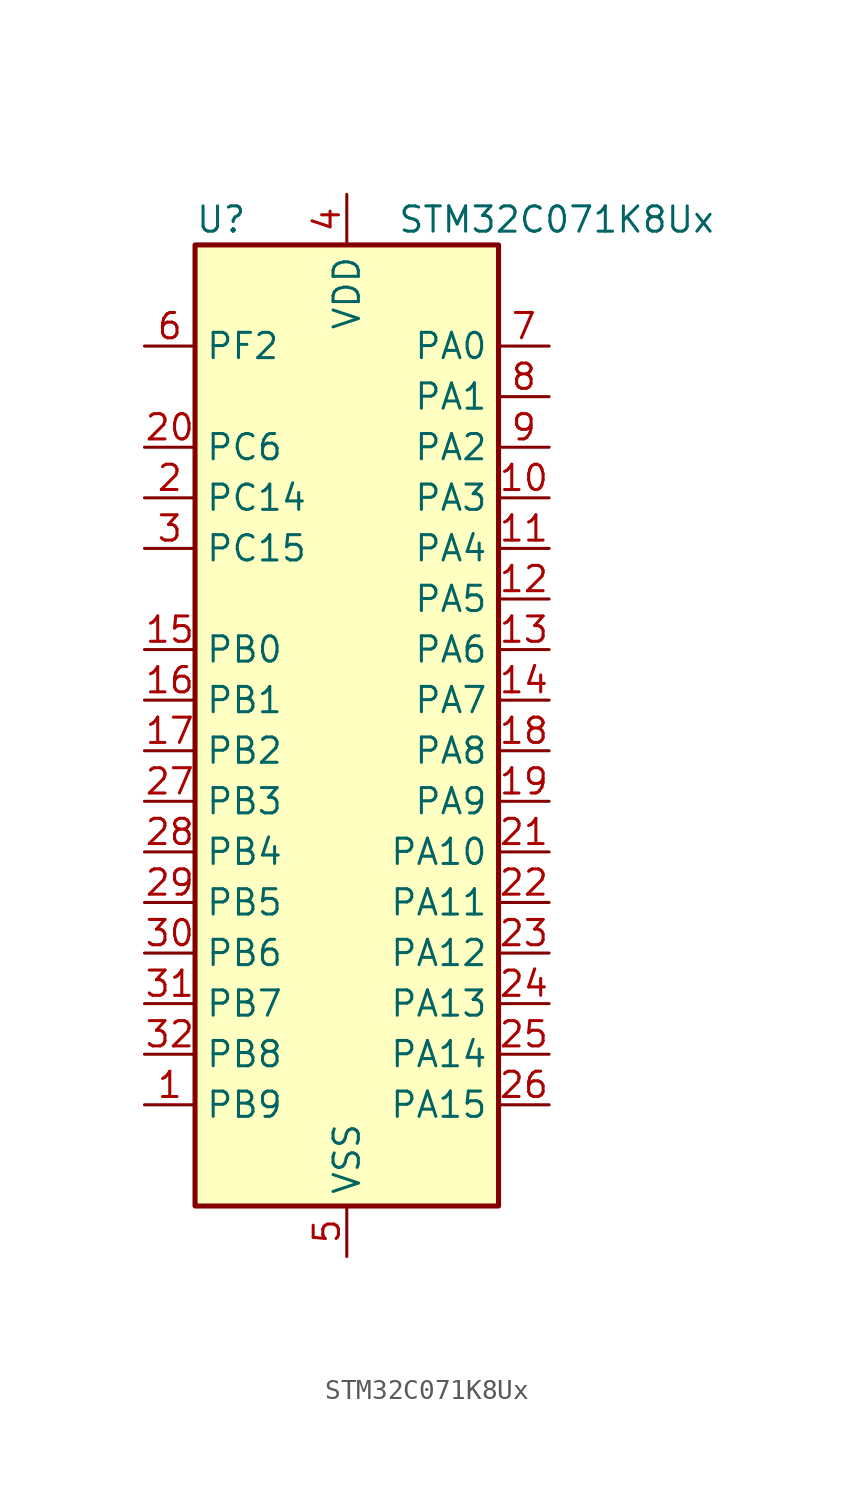
<source format=kicad_sym>
(kicad_symbol_lib
  (version 20241209)
  (generator "kicad_symbol_editor")
  (generator_version "9.0")
  (symbol "STM32C071K8Ux"
    (property "Reference" "U"
      (at -7.62 26.67 0)
      (effects (font (size 1.27 1.27)) (justify left)))
    (property "Value" "STM32C071K8Ux"
      (at 2.54 26.67 0)
      (effects (font (size 1.27 1.27)) (justify left)))
    (symbol "STM32C071K8Ux_0_1"
      (rectangle (start -7.62 -22.86) (end 7.62 25.4) (stroke (width 0.254) (type default)) (fill (type background))))
    (symbol "STM32C071K8Ux_1_1"
      (pin bidirectional line (at -10.16 20.32 0) (length 2.54) (name "PF2" (effects (font (size 1.27 1.27)))) (number "6" (effects (font (size 1.27 1.27)))) (alternate "RCC_MCO" bidirectional line) (alternate "TIM1_CH4" bidirectional line))
      (pin bidirectional line (at -10.16 15.24 0) (length 2.54) (name "PC6" (effects (font (size 1.27 1.27)))) (number "20" (effects (font (size 1.27 1.27)))) (alternate "TIM2_CH3" bidirectional line) (alternate "TIM3_CH1" bidirectional line))
      (pin bidirectional line (at -10.16 12.7 0) (length 2.54) (name "PC14" (effects (font (size 1.27 1.27)))) (number "2" (effects (font (size 1.27 1.27)))) (alternate "I2C1_SDA" bidirectional line) (alternate "IR_OUT" bidirectional line) (alternate "RCC_OSCX_IN" bidirectional line) (alternate "SPI2_NSS" bidirectional line) (alternate "TIM17_CH1" bidirectional line) (alternate "TIM1_BKIN2" bidirectional line) (alternate "TIM1_ETR" bidirectional line) (alternate "TIM3_CH2" bidirectional line) (alternate "USART1_TX" bidirectional line) (alternate "USART2_CK" bidirectional line) (alternate "USART2_DE" bidirectional line) (alternate "USART2_RTS" bidirectional line))
      (pin bidirectional line (at -10.16 10.16 0) (length 2.54) (name "PC15" (effects (font (size 1.27 1.27)))) (number "3" (effects (font (size 1.27 1.27)))) (alternate "RCC_OSC32_EN" bidirectional line) (alternate "RCC_OSCX_OUT" bidirectional line) (alternate "RCC_OSC_EN" bidirectional line) (alternate "TIM1_ETR" bidirectional line) (alternate "TIM3_CH3" bidirectional line))
      (pin bidirectional line (at -10.16 5.08 0) (length 2.54) (name "PB0" (effects (font (size 1.27 1.27)))) (number "15" (effects (font (size 1.27 1.27)))) (alternate "ADC1_IN17" bidirectional line) (alternate "I2S1_WS" bidirectional line) (alternate "SPI1_NSS" bidirectional line) (alternate "TIM1_CH2N" bidirectional line) (alternate "TIM3_CH3" bidirectional line))
      (pin bidirectional line (at -10.16 2.54 0) (length 2.54) (name "PB1" (effects (font (size 1.27 1.27)))) (number "16" (effects (font (size 1.27 1.27)))) (alternate "ADC1_IN18" bidirectional line) (alternate "TIM14_CH1" bidirectional line) (alternate "TIM1_CH2N" bidirectional line) (alternate "TIM1_CH3N" bidirectional line) (alternate "TIM3_CH4" bidirectional line))
      (pin bidirectional line (at -10.16 0 0) (length 2.54) (name "PB2" (effects (font (size 1.27 1.27)))) (number "17" (effects (font (size 1.27 1.27)))) (alternate "ADC1_IN19" bidirectional line) (alternate "RCC_MCO2" bidirectional line) (alternate "SPI2_MISO" bidirectional line) (alternate "USART1_RX" bidirectional line))
      (pin bidirectional line (at -10.16 -2.54 0) (length 2.54) (name "PB3" (effects (font (size 1.27 1.27)))) (number "27" (effects (font (size 1.27 1.27)))) (alternate "I2C2_SCL" bidirectional line) (alternate "I2S1_CK" bidirectional line) (alternate "SPI1_SCK" bidirectional line) (alternate "TIM1_CH2" bidirectional line) (alternate "TIM2_CH2" bidirectional line) (alternate "TIM3_CH2" bidirectional line) (alternate "USART1_CK" bidirectional line) (alternate "USART1_DE" bidirectional line) (alternate "USART1_RTS" bidirectional line))
      (pin bidirectional line (at -10.16 -5.08 0) (length 2.54) (name "PB4" (effects (font (size 1.27 1.27)))) (number "28" (effects (font (size 1.27 1.27)))) (alternate "I2C2_SDA" bidirectional line) (alternate "I2S1_MCK" bidirectional line) (alternate "SPI1_MISO" bidirectional line) (alternate "TIM17_BKIN" bidirectional line) (alternate "TIM3_CH1" bidirectional line) (alternate "USART1_CTS" bidirectional line) (alternate "USART1_NSS" bidirectional line))
      (pin bidirectional line (at -10.16 -7.62 0) (length 2.54) (name "PB5" (effects (font (size 1.27 1.27)))) (number "29" (effects (font (size 1.27 1.27)))) (alternate "I2C1_SMBA" bidirectional line) (alternate "I2S1_SD" bidirectional line) (alternate "PWR_WKUP6" bidirectional line) (alternate "SPI1_MOSI" bidirectional line) (alternate "TIM16_BKIN" bidirectional line) (alternate "TIM3_CH2" bidirectional line) (alternate "TIM3_CH3" bidirectional line))
      (pin bidirectional line (at -10.16 -10.16 0) (length 2.54) (name "PB6" (effects (font (size 1.27 1.27)))) (number "30" (effects (font (size 1.27 1.27)))) (alternate "I2C1_SCL" bidirectional line) (alternate "I2C1_SMBA" bidirectional line) (alternate "I2S1_CK" bidirectional line) (alternate "I2S1_MCK" bidirectional line) (alternate "I2S1_SD" bidirectional line) (alternate "PWR_WKUP3" bidirectional line) (alternate "SPI1_MISO" bidirectional line) (alternate "SPI1_MOSI" bidirectional line) (alternate "SPI1_SCK" bidirectional line) (alternate "SPI2_MISO" bidirectional line) (alternate "TIM16_BKIN" bidirectional line) (alternate "TIM16_CH1N" bidirectional line) (alternate "TIM17_BKIN" bidirectional line) (alternate "TIM1_CH2" bidirectional line) (alternate "TIM1_CH3" bidirectional line) (alternate "TIM3_CH1" bidirectional line) (alternate "TIM3_CH2" bidirectional line) (alternate "TIM3_CH3" bidirectional line) (alternate "USART1_CTS" bidirectional line) (alternate "USART1_NSS" bidirectional line) (alternate "USART1_TX" bidirectional line))
      (pin bidirectional line (at -10.16 -12.7 0) (length 2.54) (name "PB7" (effects (font (size 1.27 1.27)))) (number "31" (effects (font (size 1.27 1.27)))) (alternate "I2C1_SCL" bidirectional line) (alternate "I2C1_SDA" bidirectional line) (alternate "RTC_REFIN" bidirectional line) (alternate "SPI2_MOSI" bidirectional line) (alternate "TIM16_CH1" bidirectional line) (alternate "TIM17_CH1N" bidirectional line) (alternate "TIM1_CH4" bidirectional line) (alternate "TIM3_CH1" bidirectional line) (alternate "TIM3_CH4" bidirectional line) (alternate "USART1_RX" bidirectional line) (alternate "USART2_CTS" bidirectional line) (alternate "USART2_NSS" bidirectional line))
      (pin bidirectional line (at -10.16 -15.24 0) (length 2.54) (name "PB8" (effects (font (size 1.27 1.27)))) (number "32" (effects (font (size 1.27 1.27)))) (alternate "I2C1_SCL" bidirectional line) (alternate "SPI2_SCK" bidirectional line) (alternate "TIM16_CH1" bidirectional line) (alternate "TIM3_CH1" bidirectional line) (alternate "USART2_CTS" bidirectional line) (alternate "USART2_NSS" bidirectional line))
      (pin bidirectional line (at -10.16 -17.78 0) (length 2.54) (name "PB9" (effects (font (size 1.27 1.27)))) (number "1" (effects (font (size 1.27 1.27)))) (alternate "I2C1_SDA" bidirectional line) (alternate "IR_OUT" bidirectional line) (alternate "SPI2_NSS" bidirectional line) (alternate "TIM17_CH1" bidirectional line) (alternate "TIM3_CH2" bidirectional line) (alternate "USART2_CK" bidirectional line) (alternate "USART2_DE" bidirectional line) (alternate "USART2_RTS" bidirectional line))
      (pin power_in line (at 0 27.94 270) (length 2.54) (name "VDD" (effects (font (size 1.27 1.27)))) (number "4" (effects (font (size 1.27 1.27)))))
      (pin passive line (at 0 -25.4 90) (length 2.54) (hide yes) (name "VSS" (effects (font (size 1.27 1.27)))) (number "33" (effects (font (size 1.27 1.27)))))
      (pin power_in line (at 0 -25.4 90) (length 2.54) (name "VSS" (effects (font (size 1.27 1.27)))) (number "5" (effects (font (size 1.27 1.27)))))
      (pin bidirectional line (at 10.16 20.32 180) (length 2.54) (name "PA0" (effects (font (size 1.27 1.27)))) (number "7" (effects (font (size 1.27 1.27)))) (alternate "ADC1_IN0" bidirectional line) (alternate "PWR_WKUP1" bidirectional line) (alternate "SPI2_SCK" bidirectional line) (alternate "TIM16_CH1" bidirectional line) (alternate "TIM1_CH1" bidirectional line) (alternate "TIM2_CH1" bidirectional line) (alternate "TIM2_ETR" bidirectional line) (alternate "USART1_TX" bidirectional line) (alternate "USART2_CTS" bidirectional line) (alternate "USART2_NSS" bidirectional line))
      (pin bidirectional line (at 10.16 17.78 180) (length 2.54) (name "PA1" (effects (font (size 1.27 1.27)))) (number "8" (effects (font (size 1.27 1.27)))) (alternate "ADC1_IN1" bidirectional line) (alternate "I2C1_SMBA" bidirectional line) (alternate "I2S1_CK" bidirectional line) (alternate "SPI1_SCK" bidirectional line) (alternate "TIM17_CH1" bidirectional line) (alternate "TIM1_CH2" bidirectional line) (alternate "TIM2_CH2" bidirectional line) (alternate "USART1_RX" bidirectional line) (alternate "USART2_CK" bidirectional line) (alternate "USART2_DE" bidirectional line) (alternate "USART2_RTS" bidirectional line))
      (pin bidirectional line (at 10.16 15.24 180) (length 2.54) (name "PA2" (effects (font (size 1.27 1.27)))) (number "9" (effects (font (size 1.27 1.27)))) (alternate "ADC1_IN2" bidirectional line) (alternate "I2S1_SD" bidirectional line) (alternate "PWR_WKUP4" bidirectional line) (alternate "RCC_LSCO" bidirectional line) (alternate "SPI1_MOSI" bidirectional line) (alternate "TIM16_CH1N" bidirectional line) (alternate "TIM1_CH3" bidirectional line) (alternate "TIM2_CH3" bidirectional line) (alternate "TIM3_ETR" bidirectional line) (alternate "USART2_TX" bidirectional line))
      (pin bidirectional line (at 10.16 12.7 180) (length 2.54) (name "PA3" (effects (font (size 1.27 1.27)))) (number "10" (effects (font (size 1.27 1.27)))) (alternate "ADC1_IN3" bidirectional line) (alternate "SPI2_MISO" bidirectional line) (alternate "TIM1_CH1N" bidirectional line) (alternate "TIM1_CH4" bidirectional line) (alternate "TIM2_CH4" bidirectional line) (alternate "USART2_RX" bidirectional line))
      (pin bidirectional line (at 10.16 10.16 180) (length 2.54) (name "PA4" (effects (font (size 1.27 1.27)))) (number "11" (effects (font (size 1.27 1.27)))) (alternate "ADC1_IN4" bidirectional line) (alternate "I2S1_WS" bidirectional line) (alternate "PWR_WKUP2" bidirectional line) (alternate "RTC_OUT1" bidirectional line) (alternate "RTC_TS" bidirectional line) (alternate "SPI1_NSS" bidirectional line) (alternate "SPI2_MOSI" bidirectional line) (alternate "TIM14_CH1" bidirectional line) (alternate "TIM17_CH1N" bidirectional line) (alternate "TIM1_CH2N" bidirectional line) (alternate "USART2_TX" bidirectional line) (alternate "USB_NOE" bidirectional line))
      (pin bidirectional line (at 10.16 7.62 180) (length 2.54) (name "PA5" (effects (font (size 1.27 1.27)))) (number "12" (effects (font (size 1.27 1.27)))) (alternate "ADC1_IN5" bidirectional line) (alternate "I2S1_CK" bidirectional line) (alternate "SPI1_SCK" bidirectional line) (alternate "TIM1_CH1" bidirectional line) (alternate "TIM1_CH3N" bidirectional line) (alternate "TIM2_CH1" bidirectional line) (alternate "TIM2_ETR" bidirectional line) (alternate "USART2_RX" bidirectional line))
      (pin bidirectional line (at 10.16 5.08 180) (length 2.54) (name "PA6" (effects (font (size 1.27 1.27)))) (number "13" (effects (font (size 1.27 1.27)))) (alternate "ADC1_IN6" bidirectional line) (alternate "I2C2_SDA" bidirectional line) (alternate "I2S1_MCK" bidirectional line) (alternate "SPI1_MISO" bidirectional line) (alternate "TIM16_CH1" bidirectional line) (alternate "TIM1_BKIN" bidirectional line) (alternate "TIM3_CH1" bidirectional line))
      (pin bidirectional line (at 10.16 2.54 180) (length 2.54) (name "PA7" (effects (font (size 1.27 1.27)))) (number "14" (effects (font (size 1.27 1.27)))) (alternate "ADC1_IN7" bidirectional line) (alternate "I2C2_SCL" bidirectional line) (alternate "I2S1_SD" bidirectional line) (alternate "SPI1_MOSI" bidirectional line) (alternate "TIM14_CH1" bidirectional line) (alternate "TIM17_CH1" bidirectional line) (alternate "TIM1_CH1N" bidirectional line) (alternate "TIM3_CH2" bidirectional line))
      (pin bidirectional line (at 10.16 0 180) (length 2.54) (name "PA8" (effects (font (size 1.27 1.27)))) (number "18" (effects (font (size 1.27 1.27)))) (alternate "ADC1_IN8" bidirectional line) (alternate "CRS_SYNC" bidirectional line) (alternate "I2S1_WS" bidirectional line) (alternate "RCC_MCO" bidirectional line) (alternate "RCC_MCO2" bidirectional line) (alternate "SPI1_NSS" bidirectional line) (alternate "SPI2_MISO" bidirectional line) (alternate "SPI2_NSS" bidirectional line) (alternate "TIM14_CH1" bidirectional line) (alternate "TIM1_CH1" bidirectional line) (alternate "TIM1_CH2N" bidirectional line) (alternate "TIM1_CH3N" bidirectional line) (alternate "TIM3_CH3" bidirectional line) (alternate "TIM3_CH4" bidirectional line) (alternate "USART1_RX" bidirectional line) (alternate "USART2_TX" bidirectional line))
      (pin bidirectional line (at 10.16 -2.54 180) (length 2.54) (name "PA9" (effects (font (size 1.27 1.27)))) (number "19" (effects (font (size 1.27 1.27)))) (alternate "I2C1_SCL" bidirectional line) (alternate "I2C2_SCL" bidirectional line) (alternate "RCC_MCO" bidirectional line) (alternate "SPI2_MISO" bidirectional line) (alternate "TIM1_CH2" bidirectional line) (alternate "TIM3_ETR" bidirectional line) (alternate "USART1_TX" bidirectional line))
      (pin bidirectional line (at 10.16 -5.08 180) (length 2.54) (name "PA10" (effects (font (size 1.27 1.27)))) (number "21" (effects (font (size 1.27 1.27)))) (alternate "I2C1_SDA" bidirectional line) (alternate "I2C2_SDA" bidirectional line) (alternate "RCC_MCO2" bidirectional line) (alternate "SPI2_MOSI" bidirectional line) (alternate "TIM17_BKIN" bidirectional line) (alternate "TIM1_CH3" bidirectional line) (alternate "USART1_RX" bidirectional line))
      (pin bidirectional line (at 10.16 -7.62 180) (length 2.54) (name "PA11" (effects (font (size 1.27 1.27)))) (number "22" (effects (font (size 1.27 1.27)))) (alternate "ADC1_EXTI11" bidirectional line) (alternate "I2C2_SCL" bidirectional line) (alternate "I2S1_MCK" bidirectional line) (alternate "SPI1_MISO" bidirectional line) (alternate "TIM1_BKIN2" bidirectional line) (alternate "TIM1_CH4" bidirectional line) (alternate "USART1_CTS" bidirectional line) (alternate "USART1_NSS" bidirectional line) (alternate "USB_DM" bidirectional line))
      (pin bidirectional line (at 10.16 -10.16 180) (length 2.54) (name "PA12" (effects (font (size 1.27 1.27)))) (number "23" (effects (font (size 1.27 1.27)))) (alternate "I2C2_SDA" bidirectional line) (alternate "I2S1_SD" bidirectional line) (alternate "I2S_CKIN" bidirectional line) (alternate "SPI1_MOSI" bidirectional line) (alternate "TIM1_ETR" bidirectional line) (alternate "USART1_CK" bidirectional line) (alternate "USART1_DE" bidirectional line) (alternate "USART1_RTS" bidirectional line) (alternate "USB_DP" bidirectional line))
      (pin bidirectional line (at 10.16 -12.7 180) (length 2.54) (name "PA13" (effects (font (size 1.27 1.27)))) (number "24" (effects (font (size 1.27 1.27)))) (alternate "ADC1_IN13" bidirectional line) (alternate "DEBUG_SWDIO" bidirectional line) (alternate "IR_OUT" bidirectional line) (alternate "TIM3_ETR" bidirectional line) (alternate "USART2_RX" bidirectional line) (alternate "USB_NOE" bidirectional line))
      (pin bidirectional line (at 10.16 -15.24 180) (length 2.54) (name "PA14" (effects (font (size 1.27 1.27)))) (number "25" (effects (font (size 1.27 1.27)))) (alternate "ADC1_IN14" bidirectional line) (alternate "DEBUG_SWCLK" bidirectional line) (alternate "I2S1_WS" bidirectional line) (alternate "RCC_MCO2" bidirectional line) (alternate "SPI1_NSS" bidirectional line) (alternate "TIM1_CH1" bidirectional line) (alternate "USART1_CK" bidirectional line) (alternate "USART1_DE" bidirectional line) (alternate "USART1_RTS" bidirectional line) (alternate "USART2_RX" bidirectional line) (alternate "USART2_TX" bidirectional line))
      (pin bidirectional line (at 10.16 -17.78 180) (length 2.54) (name "PA15" (effects (font (size 1.27 1.27)))) (number "26" (effects (font (size 1.27 1.27)))) (alternate "I2S1_WS" bidirectional line) (alternate "RCC_MCO2" bidirectional line) (alternate "SPI1_NSS" bidirectional line) (alternate "TIM1_CH1" bidirectional line) (alternate "TIM2_CH1" bidirectional line) (alternate "TIM2_ETR" bidirectional line) (alternate "USART1_CK" bidirectional line) (alternate "USART1_DE" bidirectional line) (alternate "USART1_RTS" bidirectional line) (alternate "USART2_RX" bidirectional line) (alternate "USB_NOE" bidirectional line)))))
</source>
